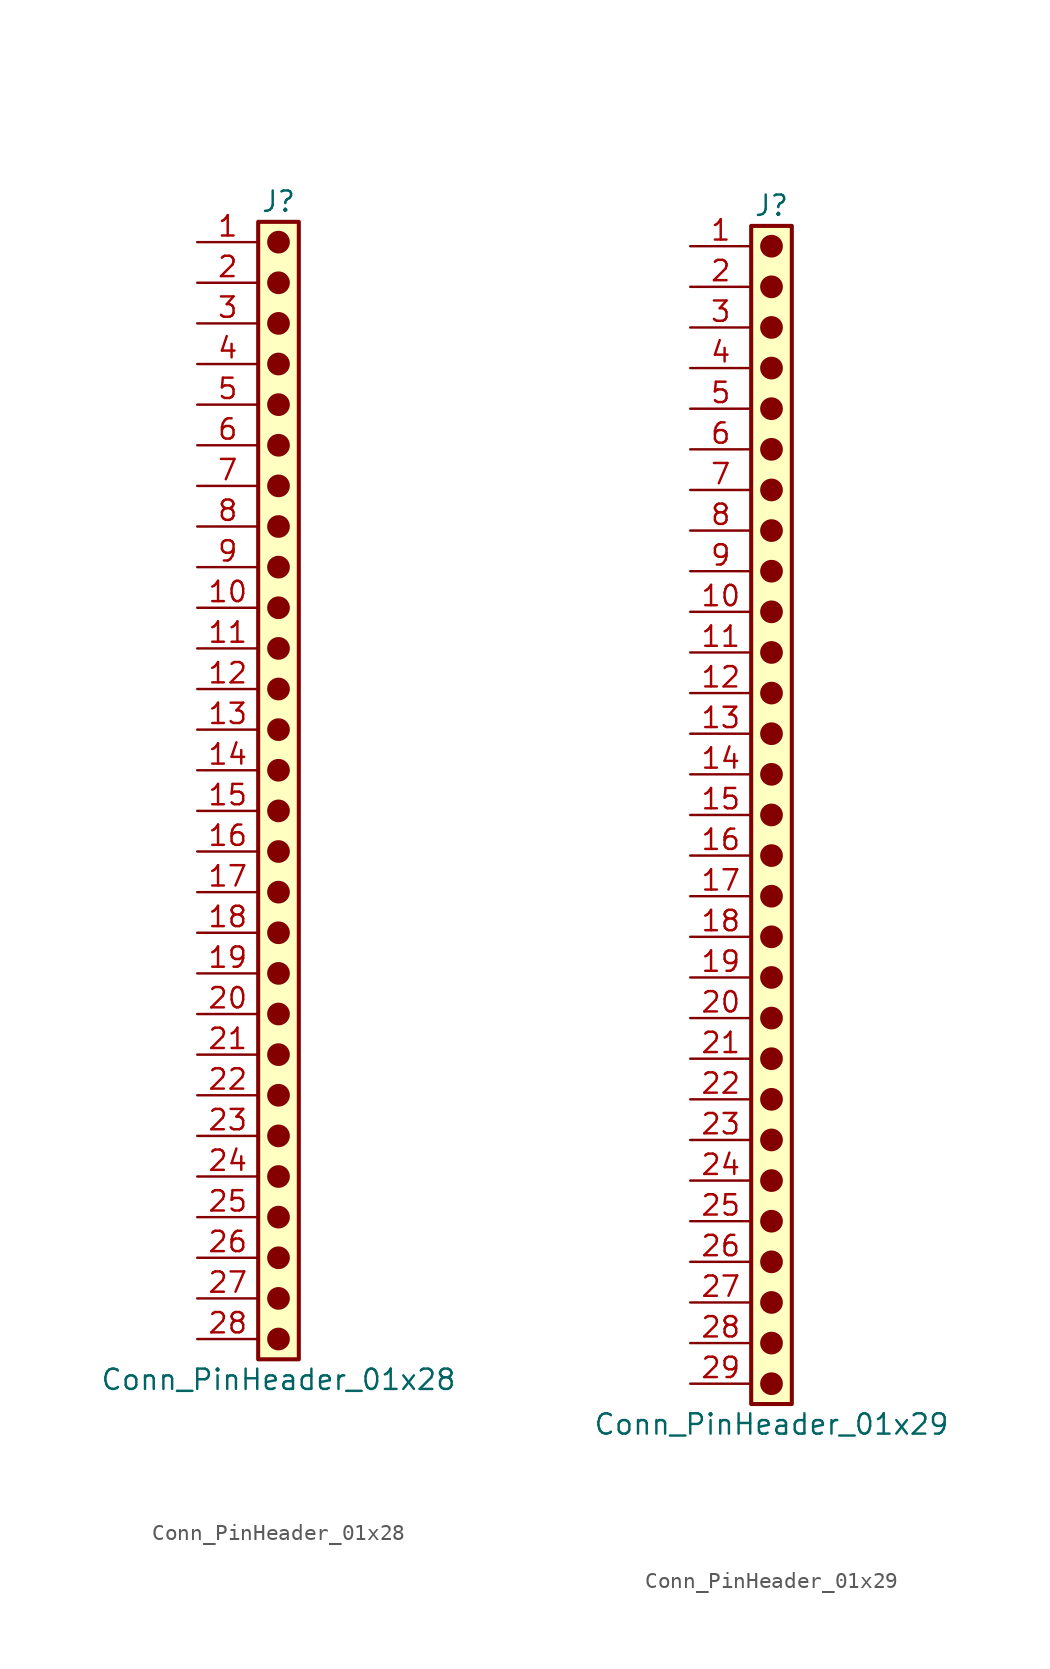
<source format=kicad_sym>
(kicad_symbol_lib
  (version 20241209)
  (generator "kicad_symbol_editor")
  (generator_version "9.0")
  (symbol "Conn_PinHeader_01x28"
    (pin_names
      (offset 1.016)
      (hide yes))
    (property "Reference" "J"
      (at 0 35.56 0)
      (effects (font (size 1.27 1.27))))
    (property "Value" "Conn_PinHeader_01x28"
      (at 0 -38.1 0)
      (effects (font (size 1.27 1.27))))
    (symbol "Conn_PinHeader_01x28_1_1"
      (rectangle (start -1.27 34.29) (end 1.27 -36.83) (stroke (width 0.254) (type default)) (fill (type background)))
      (circle (center 0 33.02) (radius 0.635) (stroke (width 0) (type solid) (color 132 0 0 1)) (fill (type outline)))
      (circle (center 0 30.48) (radius 0.635) (stroke (width 0) (type solid) (color 132 0 0 1)) (fill (type outline)))
      (circle (center 0 27.94) (radius 0.635) (stroke (width 0) (type solid) (color 132 0 0 1)) (fill (type outline)))
      (circle (center 0 25.4) (radius 0.635) (stroke (width 0) (type solid) (color 132 0 0 1)) (fill (type outline)))
      (circle (center 0 22.86) (radius 0.635) (stroke (width 0) (type solid) (color 132 0 0 1)) (fill (type outline)))
      (circle (center 0 20.32) (radius 0.635) (stroke (width 0) (type solid) (color 132 0 0 1)) (fill (type outline)))
      (circle (center 0 17.78) (radius 0.635) (stroke (width 0) (type solid) (color 132 0 0 1)) (fill (type outline)))
      (circle (center 0 15.24) (radius 0.635) (stroke (width 0) (type solid) (color 132 0 0 1)) (fill (type outline)))
      (circle (center 0 12.7) (radius 0.635) (stroke (width 0) (type solid) (color 132 0 0 1)) (fill (type outline)))
      (circle (center 0 10.16) (radius 0.635) (stroke (width 0) (type solid) (color 132 0 0 1)) (fill (type outline)))
      (circle (center 0 7.62) (radius 0.635) (stroke (width 0) (type solid) (color 132 0 0 1)) (fill (type outline)))
      (circle (center 0 5.08) (radius 0.635) (stroke (width 0) (type solid) (color 132 0 0 1)) (fill (type outline)))
      (circle (center 0 2.54) (radius 0.635) (stroke (width 0) (type solid) (color 132 0 0 1)) (fill (type outline)))
      (circle (center 0 0) (radius 0.635) (stroke (width 0) (type solid) (color 132 0 0 1)) (fill (type outline)))
      (circle (center 0 -2.54) (radius 0.635) (stroke (width 0) (type solid) (color 132 0 0 1)) (fill (type outline)))
      (circle (center 0 -5.08) (radius 0.635) (stroke (width 0) (type solid) (color 132 0 0 1)) (fill (type outline)))
      (circle (center 0 -7.62) (radius 0.635) (stroke (width 0) (type solid) (color 132 0 0 1)) (fill (type outline)))
      (circle (center 0 -10.16) (radius 0.635) (stroke (width 0) (type solid) (color 132 0 0 1)) (fill (type outline)))
      (circle (center 0 -12.7) (radius 0.635) (stroke (width 0) (type solid) (color 132 0 0 1)) (fill (type outline)))
      (circle (center 0 -15.24) (radius 0.635) (stroke (width 0) (type solid) (color 132 0 0 1)) (fill (type outline)))
      (circle (center 0 -17.78) (radius 0.635) (stroke (width 0) (type solid) (color 132 0 0 1)) (fill (type outline)))
      (circle (center 0 -20.32) (radius 0.635) (stroke (width 0) (type solid) (color 132 0 0 1)) (fill (type outline)))
      (circle (center 0 -22.86) (radius 0.635) (stroke (width 0) (type solid) (color 132 0 0 1)) (fill (type outline)))
      (circle (center 0 -25.4) (radius 0.635) (stroke (width 0) (type solid) (color 132 0 0 1)) (fill (type outline)))
      (circle (center 0 -27.94) (radius 0.635) (stroke (width 0) (type solid) (color 132 0 0 1)) (fill (type outline)))
      (circle (center 0 -30.48) (radius 0.635) (stroke (width 0) (type solid) (color 132 0 0 1)) (fill (type outline)))
      (circle (center 0 -33.02) (radius 0.635) (stroke (width 0) (type solid) (color 132 0 0 1)) (fill (type outline)))
      (circle (center 0 -35.56) (radius 0.635) (stroke (width 0) (type solid) (color 132 0 0 1)) (fill (type outline)))
      (pin passive line (at -5.08 33.02 0) (length 3.81) (name "Pin_1" (effects (font (size 1.27 1.27)))) (number "1" (effects (font (size 1.27 1.27)))))
      (pin passive line (at -5.08 30.48 0) (length 3.81) (name "Pin_2" (effects (font (size 1.27 1.27)))) (number "2" (effects (font (size 1.27 1.27)))))
      (pin passive line (at -5.08 27.94 0) (length 3.81) (name "Pin_3" (effects (font (size 1.27 1.27)))) (number "3" (effects (font (size 1.27 1.27)))))
      (pin passive line (at -5.08 25.4 0) (length 3.81) (name "Pin_4" (effects (font (size 1.27 1.27)))) (number "4" (effects (font (size 1.27 1.27)))))
      (pin passive line (at -5.08 22.86 0) (length 3.81) (name "Pin_5" (effects (font (size 1.27 1.27)))) (number "5" (effects (font (size 1.27 1.27)))))
      (pin passive line (at -5.08 20.32 0) (length 3.81) (name "Pin_6" (effects (font (size 1.27 1.27)))) (number "6" (effects (font (size 1.27 1.27)))))
      (pin passive line (at -5.08 17.78 0) (length 3.81) (name "Pin_7" (effects (font (size 1.27 1.27)))) (number "7" (effects (font (size 1.27 1.27)))))
      (pin passive line (at -5.08 15.24 0) (length 3.81) (name "Pin_8" (effects (font (size 1.27 1.27)))) (number "8" (effects (font (size 1.27 1.27)))))
      (pin passive line (at -5.08 12.7 0) (length 3.81) (name "Pin_9" (effects (font (size 1.27 1.27)))) (number "9" (effects (font (size 1.27 1.27)))))
      (pin passive line (at -5.08 10.16 0) (length 3.81) (name "Pin_10" (effects (font (size 1.27 1.27)))) (number "10" (effects (font (size 1.27 1.27)))))
      (pin passive line (at -5.08 7.62 0) (length 3.81) (name "Pin_11" (effects (font (size 1.27 1.27)))) (number "11" (effects (font (size 1.27 1.27)))))
      (pin passive line (at -5.08 5.08 0) (length 3.81) (name "Pin_12" (effects (font (size 1.27 1.27)))) (number "12" (effects (font (size 1.27 1.27)))))
      (pin passive line (at -5.08 2.54 0) (length 3.81) (name "Pin_13" (effects (font (size 1.27 1.27)))) (number "13" (effects (font (size 1.27 1.27)))))
      (pin passive line (at -5.08 0 0) (length 3.81) (name "Pin_14" (effects (font (size 1.27 1.27)))) (number "14" (effects (font (size 1.27 1.27)))))
      (pin passive line (at -5.08 -2.54 0) (length 3.81) (name "Pin_15" (effects (font (size 1.27 1.27)))) (number "15" (effects (font (size 1.27 1.27)))))
      (pin passive line (at -5.08 -5.08 0) (length 3.81) (name "Pin_16" (effects (font (size 1.27 1.27)))) (number "16" (effects (font (size 1.27 1.27)))))
      (pin passive line (at -5.08 -7.62 0) (length 3.81) (name "Pin_17" (effects (font (size 1.27 1.27)))) (number "17" (effects (font (size 1.27 1.27)))))
      (pin passive line (at -5.08 -10.16 0) (length 3.81) (name "Pin_18" (effects (font (size 1.27 1.27)))) (number "18" (effects (font (size 1.27 1.27)))))
      (pin passive line (at -5.08 -12.7 0) (length 3.81) (name "Pin_19" (effects (font (size 1.27 1.27)))) (number "19" (effects (font (size 1.27 1.27)))))
      (pin passive line (at -5.08 -15.24 0) (length 3.81) (name "Pin_20" (effects (font (size 1.27 1.27)))) (number "20" (effects (font (size 1.27 1.27)))))
      (pin passive line (at -5.08 -17.78 0) (length 3.81) (name "Pin_21" (effects (font (size 1.27 1.27)))) (number "21" (effects (font (size 1.27 1.27)))))
      (pin passive line (at -5.08 -20.32 0) (length 3.81) (name "Pin_22" (effects (font (size 1.27 1.27)))) (number "22" (effects (font (size 1.27 1.27)))))
      (pin passive line (at -5.08 -22.86 0) (length 3.81) (name "Pin_23" (effects (font (size 1.27 1.27)))) (number "23" (effects (font (size 1.27 1.27)))))
      (pin passive line (at -5.08 -25.4 0) (length 3.81) (name "Pin_24" (effects (font (size 1.27 1.27)))) (number "24" (effects (font (size 1.27 1.27)))))
      (pin passive line (at -5.08 -27.94 0) (length 3.81) (name "Pin_25" (effects (font (size 1.27 1.27)))) (number "25" (effects (font (size 1.27 1.27)))))
      (pin passive line (at -5.08 -30.48 0) (length 3.81) (name "Pin_26" (effects (font (size 1.27 1.27)))) (number "26" (effects (font (size 1.27 1.27)))))
      (pin passive line (at -5.08 -33.02 0) (length 3.81) (name "Pin_27" (effects (font (size 1.27 1.27)))) (number "27" (effects (font (size 1.27 1.27)))))
      (pin passive line (at -5.08 -35.56 0) (length 3.81) (name "Pin_28" (effects (font (size 1.27 1.27)))) (number "28" (effects (font (size 1.27 1.27)))))))
  (symbol "Conn_PinHeader_01x29"
    (pin_names
      (offset 1.016)
      (hide yes))
    (property "Reference" "J"
      (at 0 38.1 0)
      (effects (font (size 1.27 1.27))))
    (property "Value" "Conn_PinHeader_01x29"
      (at 0 -38.1 0)
      (effects (font (size 1.27 1.27))))
    (symbol "Conn_PinHeader_01x29_1_1"
      (rectangle (start -1.27 36.83) (end 1.27 -36.83) (stroke (width 0.254) (type default)) (fill (type background)))
      (circle (center 0 35.56) (radius 0.635) (stroke (width 0) (type solid) (color 132 0 0 1)) (fill (type outline)))
      (circle (center 0 33.02) (radius 0.635) (stroke (width 0) (type solid) (color 132 0 0 1)) (fill (type outline)))
      (circle (center 0 30.48) (radius 0.635) (stroke (width 0) (type solid) (color 132 0 0 1)) (fill (type outline)))
      (circle (center 0 27.94) (radius 0.635) (stroke (width 0) (type solid) (color 132 0 0 1)) (fill (type outline)))
      (circle (center 0 25.4) (radius 0.635) (stroke (width 0) (type solid) (color 132 0 0 1)) (fill (type outline)))
      (circle (center 0 22.86) (radius 0.635) (stroke (width 0) (type solid) (color 132 0 0 1)) (fill (type outline)))
      (circle (center 0 20.32) (radius 0.635) (stroke (width 0) (type solid) (color 132 0 0 1)) (fill (type outline)))
      (circle (center 0 17.78) (radius 0.635) (stroke (width 0) (type solid) (color 132 0 0 1)) (fill (type outline)))
      (circle (center 0 15.24) (radius 0.635) (stroke (width 0) (type solid) (color 132 0 0 1)) (fill (type outline)))
      (circle (center 0 12.7) (radius 0.635) (stroke (width 0) (type solid) (color 132 0 0 1)) (fill (type outline)))
      (circle (center 0 10.16) (radius 0.635) (stroke (width 0) (type solid) (color 132 0 0 1)) (fill (type outline)))
      (circle (center 0 7.62) (radius 0.635) (stroke (width 0) (type solid) (color 132 0 0 1)) (fill (type outline)))
      (circle (center 0 5.08) (radius 0.635) (stroke (width 0) (type solid) (color 132 0 0 1)) (fill (type outline)))
      (circle (center 0 2.54) (radius 0.635) (stroke (width 0) (type solid) (color 132 0 0 1)) (fill (type outline)))
      (circle (center 0 0) (radius 0.635) (stroke (width 0) (type solid) (color 132 0 0 1)) (fill (type outline)))
      (circle (center 0 -2.54) (radius 0.635) (stroke (width 0) (type solid) (color 132 0 0 1)) (fill (type outline)))
      (circle (center 0 -5.08) (radius 0.635) (stroke (width 0) (type solid) (color 132 0 0 1)) (fill (type outline)))
      (circle (center 0 -7.62) (radius 0.635) (stroke (width 0) (type solid) (color 132 0 0 1)) (fill (type outline)))
      (circle (center 0 -10.16) (radius 0.635) (stroke (width 0) (type solid) (color 132 0 0 1)) (fill (type outline)))
      (circle (center 0 -12.7) (radius 0.635) (stroke (width 0) (type solid) (color 132 0 0 1)) (fill (type outline)))
      (circle (center 0 -15.24) (radius 0.635) (stroke (width 0) (type solid) (color 132 0 0 1)) (fill (type outline)))
      (circle (center 0 -17.78) (radius 0.635) (stroke (width 0) (type solid) (color 132 0 0 1)) (fill (type outline)))
      (circle (center 0 -20.32) (radius 0.635) (stroke (width 0) (type solid) (color 132 0 0 1)) (fill (type outline)))
      (circle (center 0 -22.86) (radius 0.635) (stroke (width 0) (type solid) (color 132 0 0 1)) (fill (type outline)))
      (circle (center 0 -25.4) (radius 0.635) (stroke (width 0) (type solid) (color 132 0 0 1)) (fill (type outline)))
      (circle (center 0 -27.94) (radius 0.635) (stroke (width 0) (type solid) (color 132 0 0 1)) (fill (type outline)))
      (circle (center 0 -30.48) (radius 0.635) (stroke (width 0) (type solid) (color 132 0 0 1)) (fill (type outline)))
      (circle (center 0 -33.02) (radius 0.635) (stroke (width 0) (type solid) (color 132 0 0 1)) (fill (type outline)))
      (circle (center 0 -35.56) (radius 0.635) (stroke (width 0) (type solid) (color 132 0 0 1)) (fill (type outline)))
      (pin passive line (at -5.08 35.56 0) (length 3.81) (name "Pin_1" (effects (font (size 1.27 1.27)))) (number "1" (effects (font (size 1.27 1.27)))))
      (pin passive line (at -5.08 33.02 0) (length 3.81) (name "Pin_2" (effects (font (size 1.27 1.27)))) (number "2" (effects (font (size 1.27 1.27)))))
      (pin passive line (at -5.08 30.48 0) (length 3.81) (name "Pin_3" (effects (font (size 1.27 1.27)))) (number "3" (effects (font (size 1.27 1.27)))))
      (pin passive line (at -5.08 27.94 0) (length 3.81) (name "Pin_4" (effects (font (size 1.27 1.27)))) (number "4" (effects (font (size 1.27 1.27)))))
      (pin passive line (at -5.08 25.4 0) (length 3.81) (name "Pin_5" (effects (font (size 1.27 1.27)))) (number "5" (effects (font (size 1.27 1.27)))))
      (pin passive line (at -5.08 22.86 0) (length 3.81) (name "Pin_6" (effects (font (size 1.27 1.27)))) (number "6" (effects (font (size 1.27 1.27)))))
      (pin passive line (at -5.08 20.32 0) (length 3.81) (name "Pin_7" (effects (font (size 1.27 1.27)))) (number "7" (effects (font (size 1.27 1.27)))))
      (pin passive line (at -5.08 17.78 0) (length 3.81) (name "Pin_8" (effects (font (size 1.27 1.27)))) (number "8" (effects (font (size 1.27 1.27)))))
      (pin passive line (at -5.08 15.24 0) (length 3.81) (name "Pin_9" (effects (font (size 1.27 1.27)))) (number "9" (effects (font (size 1.27 1.27)))))
      (pin passive line (at -5.08 12.7 0) (length 3.81) (name "Pin_10" (effects (font (size 1.27 1.27)))) (number "10" (effects (font (size 1.27 1.27)))))
      (pin passive line (at -5.08 10.16 0) (length 3.81) (name "Pin_11" (effects (font (size 1.27 1.27)))) (number "11" (effects (font (size 1.27 1.27)))))
      (pin passive line (at -5.08 7.62 0) (length 3.81) (name "Pin_12" (effects (font (size 1.27 1.27)))) (number "12" (effects (font (size 1.27 1.27)))))
      (pin passive line (at -5.08 5.08 0) (length 3.81) (name "Pin_13" (effects (font (size 1.27 1.27)))) (number "13" (effects (font (size 1.27 1.27)))))
      (pin passive line (at -5.08 2.54 0) (length 3.81) (name "Pin_14" (effects (font (size 1.27 1.27)))) (number "14" (effects (font (size 1.27 1.27)))))
      (pin passive line (at -5.08 0 0) (length 3.81) (name "Pin_15" (effects (font (size 1.27 1.27)))) (number "15" (effects (font (size 1.27 1.27)))))
      (pin passive line (at -5.08 -2.54 0) (length 3.81) (name "Pin_16" (effects (font (size 1.27 1.27)))) (number "16" (effects (font (size 1.27 1.27)))))
      (pin passive line (at -5.08 -5.08 0) (length 3.81) (name "Pin_17" (effects (font (size 1.27 1.27)))) (number "17" (effects (font (size 1.27 1.27)))))
      (pin passive line (at -5.08 -7.62 0) (length 3.81) (name "Pin_18" (effects (font (size 1.27 1.27)))) (number "18" (effects (font (size 1.27 1.27)))))
      (pin passive line (at -5.08 -10.16 0) (length 3.81) (name "Pin_19" (effects (font (size 1.27 1.27)))) (number "19" (effects (font (size 1.27 1.27)))))
      (pin passive line (at -5.08 -12.7 0) (length 3.81) (name "Pin_20" (effects (font (size 1.27 1.27)))) (number "20" (effects (font (size 1.27 1.27)))))
      (pin passive line (at -5.08 -15.24 0) (length 3.81) (name "Pin_21" (effects (font (size 1.27 1.27)))) (number "21" (effects (font (size 1.27 1.27)))))
      (pin passive line (at -5.08 -17.78 0) (length 3.81) (name "Pin_22" (effects (font (size 1.27 1.27)))) (number "22" (effects (font (size 1.27 1.27)))))
      (pin passive line (at -5.08 -20.32 0) (length 3.81) (name "Pin_23" (effects (font (size 1.27 1.27)))) (number "23" (effects (font (size 1.27 1.27)))))
      (pin passive line (at -5.08 -22.86 0) (length 3.81) (name "Pin_24" (effects (font (size 1.27 1.27)))) (number "24" (effects (font (size 1.27 1.27)))))
      (pin passive line (at -5.08 -25.4 0) (length 3.81) (name "Pin_25" (effects (font (size 1.27 1.27)))) (number "25" (effects (font (size 1.27 1.27)))))
      (pin passive line (at -5.08 -27.94 0) (length 3.81) (name "Pin_26" (effects (font (size 1.27 1.27)))) (number "26" (effects (font (size 1.27 1.27)))))
      (pin passive line (at -5.08 -30.48 0) (length 3.81) (name "Pin_27" (effects (font (size 1.27 1.27)))) (number "27" (effects (font (size 1.27 1.27)))))
      (pin passive line (at -5.08 -33.02 0) (length 3.81) (name "Pin_28" (effects (font (size 1.27 1.27)))) (number "28" (effects (font (size 1.27 1.27)))))
      (pin passive line (at -5.08 -35.56 0) (length 3.81) (name "Pin_29" (effects (font (size 1.27 1.27)))) (number "29" (effects (font (size 1.27 1.27))))))))
</source>
